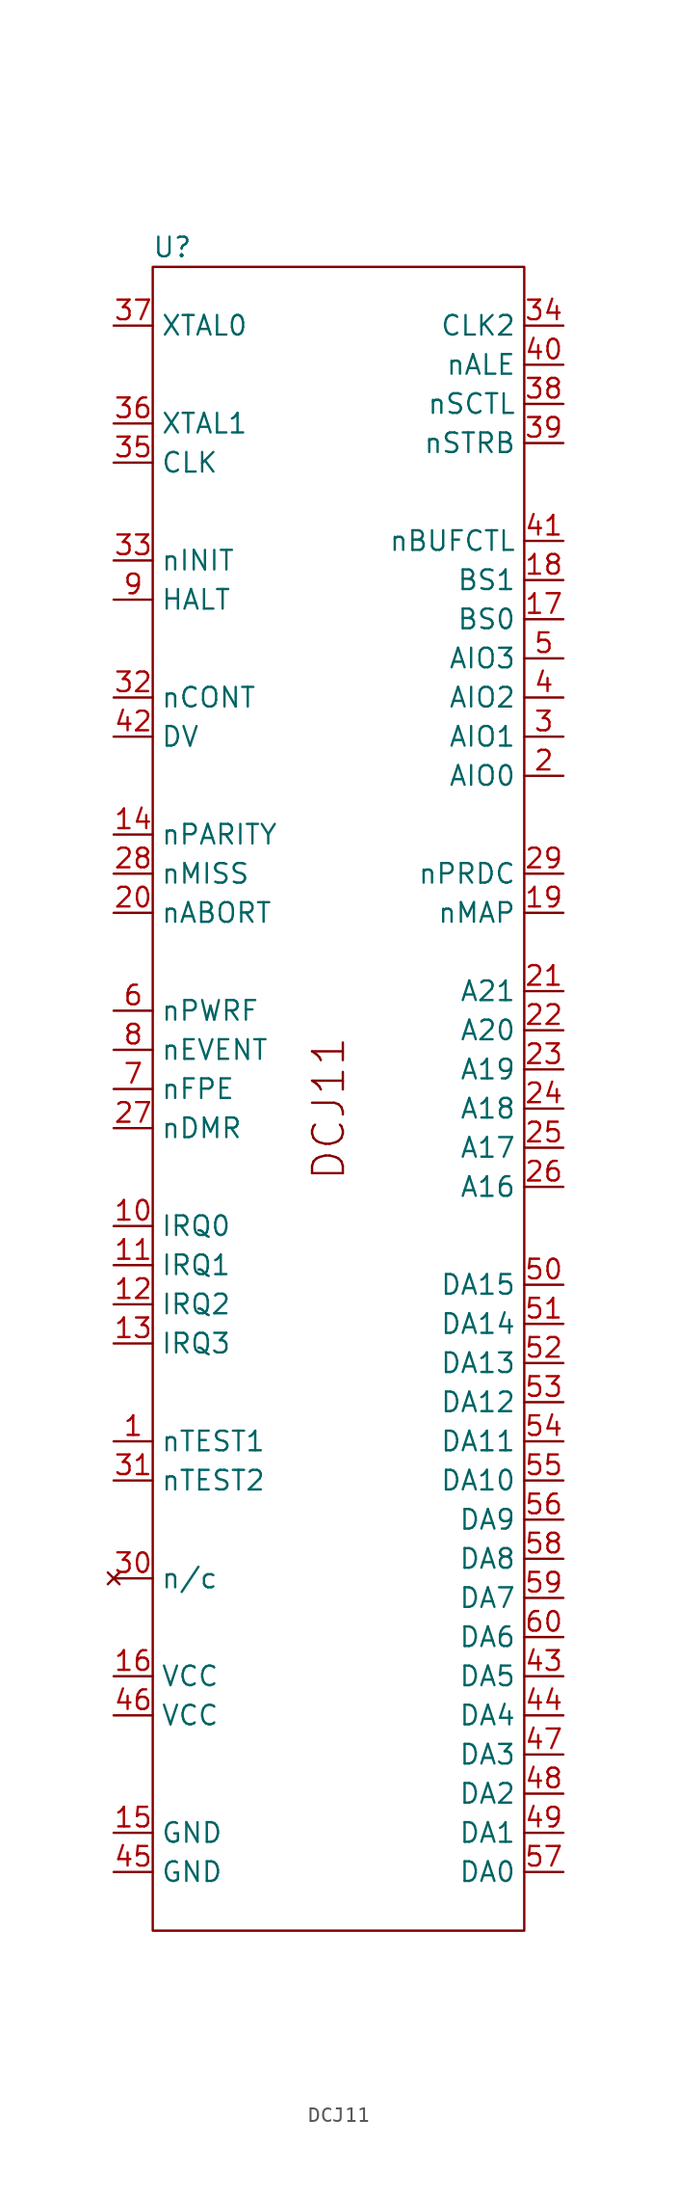
<source format=kicad_sym>
(kicad_symbol_lib
  (version 20220914)
  (generator kicad_symbol_editor)
  (symbol "DCJ11"
    (property "Reference" "U"
      (at -8.89 59.69 0)
      (effects (font (size 1.27 1.27))))
    (property "Value" ""
      (at 0 34.29 0)
      (effects (font (size 1.27 1.27))))
    (symbol "DCJ11_0_1"
      (rectangle (start -10.16 58.42) (end 13.97 -49.53) (stroke (width 0) (type default)) (fill (type none))))
    (symbol "DCJ11_1_1"
      (text "DCJ11" (at 1.27 3.81 900) (effects (font (size 2 2))))
      (pin input line (at -12.7 -17.78 0) (length 2.54) (name "nTEST1" (effects (font (size 1.27 1.27)))) (number "1" (effects (font (size 1.27 1.27)))))
      (pin input line (at -12.7 -3.81 0) (length 2.54) (name "IRQ0" (effects (font (size 1.27 1.27)))) (number "10" (effects (font (size 1.27 1.27)))))
      (pin input line (at -12.7 -6.35 0) (length 2.54) (name "IRQ1" (effects (font (size 1.27 1.27)))) (number "11" (effects (font (size 1.27 1.27)))))
      (pin input line (at -12.7 -8.89 0) (length 2.54) (name "IRQ2" (effects (font (size 1.27 1.27)))) (number "12" (effects (font (size 1.27 1.27)))))
      (pin input line (at -12.7 -11.43 0) (length 2.54) (name "IRQ3" (effects (font (size 1.27 1.27)))) (number "13" (effects (font (size 1.27 1.27)))))
      (pin input line (at -12.7 21.59 0) (length 2.54) (name "nPARITY" (effects (font (size 1.27 1.27)))) (number "14" (effects (font (size 1.27 1.27)))))
      (pin input line (at -12.7 -43.18 0) (length 2.54) (name "GND" (effects (font (size 1.27 1.27)))) (number "15" (effects (font (size 1.27 1.27)))))
      (pin input line (at -12.7 -33.02 0) (length 2.54) (name "VCC" (effects (font (size 1.27 1.27)))) (number "16" (effects (font (size 1.27 1.27)))))
      (pin output line (at 16.51 35.56 180) (length 2.54) (name "BS0" (effects (font (size 1.27 1.27)))) (number "17" (effects (font (size 1.27 1.27)))))
      (pin output line (at 16.51 38.1 180) (length 2.54) (name "BS1" (effects (font (size 1.27 1.27)))) (number "18" (effects (font (size 1.27 1.27)))))
      (pin input line (at 16.51 16.51 180) (length 2.54) (name "nMAP" (effects (font (size 1.27 1.27)))) (number "19" (effects (font (size 1.27 1.27)))))
      (pin input line (at 16.51 25.4 180) (length 2.54) (name "AIO0" (effects (font (size 1.27 1.27)))) (number "2" (effects (font (size 1.27 1.27)))))
      (pin input line (at -12.7 16.51 0) (length 2.54) (name "nABORT" (effects (font (size 1.27 1.27)))) (number "20" (effects (font (size 1.27 1.27)))))
      (pin output line (at 16.51 11.43 180) (length 2.54) (name "A21" (effects (font (size 1.27 1.27)))) (number "21" (effects (font (size 1.27 1.27)))))
      (pin output line (at 16.51 8.89 180) (length 2.54) (name "A20" (effects (font (size 1.27 1.27)))) (number "22" (effects (font (size 1.27 1.27)))))
      (pin output line (at 16.51 6.35 180) (length 2.54) (name "A19" (effects (font (size 1.27 1.27)))) (number "23" (effects (font (size 1.27 1.27)))))
      (pin output line (at 16.51 3.81 180) (length 2.54) (name "A18" (effects (font (size 1.27 1.27)))) (number "24" (effects (font (size 1.27 1.27)))))
      (pin output line (at 16.51 1.27 180) (length 2.54) (name "A17" (effects (font (size 1.27 1.27)))) (number "25" (effects (font (size 1.27 1.27)))))
      (pin output line (at 16.51 -1.27 180) (length 2.54) (name "A16" (effects (font (size 1.27 1.27)))) (number "26" (effects (font (size 1.27 1.27)))))
      (pin input line (at -12.7 2.54 0) (length 2.54) (name "nDMR" (effects (font (size 1.27 1.27)))) (number "27" (effects (font (size 1.27 1.27)))))
      (pin input line (at -12.7 19.05 0) (length 2.54) (name "nMISS" (effects (font (size 1.27 1.27)))) (number "28" (effects (font (size 1.27 1.27)))))
      (pin input line (at 16.51 19.05 180) (length 2.54) (name "nPRDC" (effects (font (size 1.27 1.27)))) (number "29" (effects (font (size 1.27 1.27)))))
      (pin input line (at 16.51 27.94 180) (length 2.54) (name "AIO1" (effects (font (size 1.27 1.27)))) (number "3" (effects (font (size 1.27 1.27)))))
      (pin no_connect line (at -12.7 -26.67 0) (length 2.54) (name "n/c" (effects (font (size 1.27 1.27)))) (number "30" (effects (font (size 1.27 1.27)))))
      (pin input line (at -12.7 -20.32 0) (length 2.54) (name "nTEST2" (effects (font (size 1.27 1.27)))) (number "31" (effects (font (size 1.27 1.27)))))
      (pin input line (at -12.7 30.48 0) (length 2.54) (name "nCONT" (effects (font (size 1.27 1.27)))) (number "32" (effects (font (size 1.27 1.27)))))
      (pin input line (at -12.7 39.37 0) (length 2.54) (name "nINIT" (effects (font (size 1.27 1.27)))) (number "33" (effects (font (size 1.27 1.27)))))
      (pin input line (at 16.51 54.61 180) (length 2.54) (name "CLK2" (effects (font (size 1.27 1.27)))) (number "34" (effects (font (size 1.27 1.27)))))
      (pin input line (at -12.7 45.72 0) (length 2.54) (name "CLK" (effects (font (size 1.27 1.27)))) (number "35" (effects (font (size 1.27 1.27)))))
      (pin input line (at -12.7 48.26 0) (length 2.54) (name "XTAL1" (effects (font (size 1.27 1.27)))) (number "36" (effects (font (size 1.27 1.27)))))
      (pin input line (at -12.7 54.61 0) (length 2.54) (name "XTAL0" (effects (font (size 1.27 1.27)))) (number "37" (effects (font (size 1.27 1.27)))))
      (pin output line (at 16.51 49.53 180) (length 2.54) (name "nSCTL" (effects (font (size 1.27 1.27)))) (number "38" (effects (font (size 1.27 1.27)))))
      (pin input line (at 16.51 46.99 180) (length 2.54) (name "nSTRB" (effects (font (size 1.27 1.27)))) (number "39" (effects (font (size 1.27 1.27)))))
      (pin input line (at 16.51 30.48 180) (length 2.54) (name "AIO2" (effects (font (size 1.27 1.27)))) (number "4" (effects (font (size 1.27 1.27)))))
      (pin output line (at 16.51 52.07 180) (length 2.54) (name "nALE" (effects (font (size 1.27 1.27)))) (number "40" (effects (font (size 1.27 1.27)))))
      (pin output line (at 16.51 40.64 180) (length 2.54) (name "nBUFCTL" (effects (font (size 1.27 1.27)))) (number "41" (effects (font (size 1.27 1.27)))))
      (pin input line (at -12.7 27.94 0) (length 2.54) (name "DV" (effects (font (size 1.27 1.27)))) (number "42" (effects (font (size 1.27 1.27)))))
      (pin bidirectional line (at 16.51 -33.02 180) (length 2.54) (name "DA5" (effects (font (size 1.27 1.27)))) (number "43" (effects (font (size 1.27 1.27)))))
      (pin bidirectional line (at 16.51 -35.56 180) (length 2.54) (name "DA4" (effects (font (size 1.27 1.27)))) (number "44" (effects (font (size 1.27 1.27)))))
      (pin input line (at -12.7 -45.72 0) (length 2.54) (name "GND" (effects (font (size 1.27 1.27)))) (number "45" (effects (font (size 1.27 1.27)))))
      (pin input line (at -12.7 -35.56 0) (length 2.54) (name "VCC" (effects (font (size 1.27 1.27)))) (number "46" (effects (font (size 1.27 1.27)))))
      (pin bidirectional line (at 16.51 -38.1 180) (length 2.54) (name "DA3" (effects (font (size 1.27 1.27)))) (number "47" (effects (font (size 1.27 1.27)))))
      (pin bidirectional line (at 16.51 -40.64 180) (length 2.54) (name "DA2" (effects (font (size 1.27 1.27)))) (number "48" (effects (font (size 1.27 1.27)))))
      (pin bidirectional line (at 16.51 -43.18 180) (length 2.54) (name "DA1" (effects (font (size 1.27 1.27)))) (number "49" (effects (font (size 1.27 1.27)))))
      (pin input line (at 16.51 33.02 180) (length 2.54) (name "AIO3" (effects (font (size 1.27 1.27)))) (number "5" (effects (font (size 1.27 1.27)))))
      (pin bidirectional line (at 16.51 -7.62 180) (length 2.54) (name "DA15" (effects (font (size 1.27 1.27)))) (number "50" (effects (font (size 1.27 1.27)))))
      (pin bidirectional line (at 16.51 -10.16 180) (length 2.54) (name "DA14" (effects (font (size 1.27 1.27)))) (number "51" (effects (font (size 1.27 1.27)))))
      (pin bidirectional line (at 16.51 -12.7 180) (length 2.54) (name "DA13" (effects (font (size 1.27 1.27)))) (number "52" (effects (font (size 1.27 1.27)))))
      (pin bidirectional line (at 16.51 -15.24 180) (length 2.54) (name "DA12" (effects (font (size 1.27 1.27)))) (number "53" (effects (font (size 1.27 1.27)))))
      (pin bidirectional line (at 16.51 -17.78 180) (length 2.54) (name "DA11" (effects (font (size 1.27 1.27)))) (number "54" (effects (font (size 1.27 1.27)))))
      (pin bidirectional line (at 16.51 -20.32 180) (length 2.54) (name "DA10" (effects (font (size 1.27 1.27)))) (number "55" (effects (font (size 1.27 1.27)))))
      (pin bidirectional line (at 16.51 -22.86 180) (length 2.54) (name "DA9" (effects (font (size 1.27 1.27)))) (number "56" (effects (font (size 1.27 1.27)))))
      (pin bidirectional line (at 16.51 -45.72 180) (length 2.54) (name "DA0" (effects (font (size 1.27 1.27)))) (number "57" (effects (font (size 1.27 1.27)))))
      (pin bidirectional line (at 16.51 -25.4 180) (length 2.54) (name "DA8" (effects (font (size 1.27 1.27)))) (number "58" (effects (font (size 1.27 1.27)))))
      (pin bidirectional line (at 16.51 -27.94 180) (length 2.54) (name "DA7" (effects (font (size 1.27 1.27)))) (number "59" (effects (font (size 1.27 1.27)))))
      (pin input line (at -12.7 10.16 0) (length 2.54) (name "nPWRF" (effects (font (size 1.27 1.27)))) (number "6" (effects (font (size 1.27 1.27)))))
      (pin bidirectional line (at 16.51 -30.48 180) (length 2.54) (name "DA6" (effects (font (size 1.27 1.27)))) (number "60" (effects (font (size 1.27 1.27)))))
      (pin input line (at -12.7 5.08 0) (length 2.54) (name "nFPE" (effects (font (size 1.27 1.27)))) (number "7" (effects (font (size 1.27 1.27)))))
      (pin input line (at -12.7 7.62 0) (length 2.54) (name "nEVENT" (effects (font (size 1.27 1.27)))) (number "8" (effects (font (size 1.27 1.27)))))
      (pin input line (at -12.7 36.83 0) (length 2.54) (name "HALT" (effects (font (size 1.27 1.27)))) (number "9" (effects (font (size 1.27 1.27))))))))
</source>
